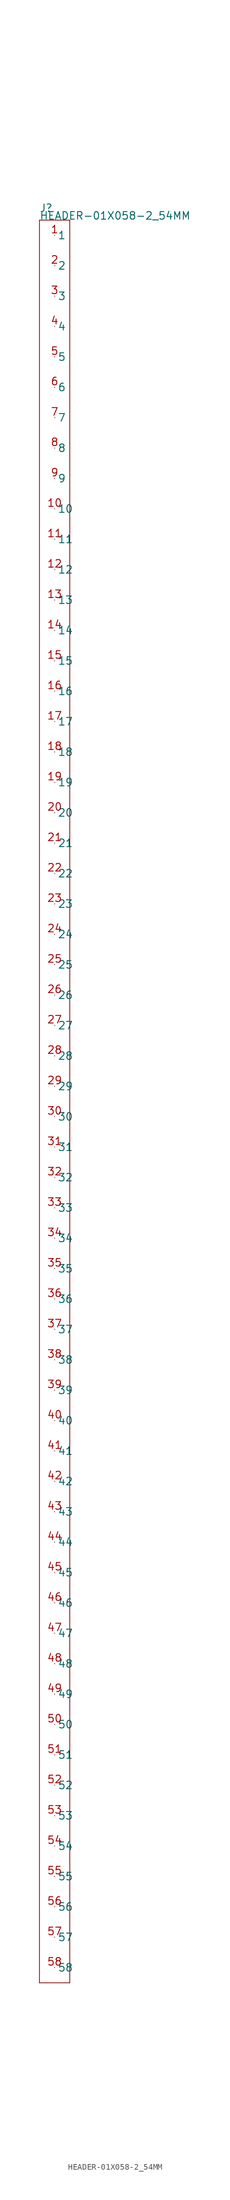
<source format=kicad_sym>
(kicad_symbol_lib
  (version 20211014)
  (generator kicad_symbol_editor)
  (symbol "HEADER-01X058-2_54MM"
    (pin_names)
    (property "Reference" "J"
      (at -2.54 148.59 0)
      (effects (font (size 1.27 1.27)) (justify left bottom)))
    (property "Value" "HEADER-01X058-2_54MM"
      (at -2.54 147.32 0)
      (effects (font (size 1.27 1.27)) (justify left bottom)))
    (property "Datasheet" ""
      (at 0 0 0))
    (property "ki_description" "Header 1x58  - Header Vertical 58POS 2.54MM Technical Specifications: Pitch: 0.1\" (2.54mm) "
      (at 0 0 0))
    (property "ki_fp_filters" "FlashPCB_Connectors:HEADER-THT-01X058-2_54MM FlashPCB_Connectors:HEADER-THT-LONG-01X058-2_54MM FlashPCB_Connectors:HEADER-THT-NOSILK-01X058-2_54MM FlashPCB_Connectors:HEADER-THT-LONG-NOSILK-01X058-2_54MM"
      (at 0 0 0))
    (symbol "HEADER-01X058-2_54MM_1_1"
      (polyline (pts (xy -2.54 147.32) (xy 2.54 147.32)) (stroke (width 0.127)) (fill (type none)))
      (polyline (pts (xy 2.54 147.32) (xy 2.54 -147.32)) (stroke (width 0.127)) (fill (type none)))
      (polyline (pts (xy 2.54 -147.32) (xy -2.54 -147.32)) (stroke (width 0.127)) (fill (type none)))
      (polyline (pts (xy -2.54 -147.32) (xy -2.54 147.32)) (stroke (width 0.127)) (fill (type none)))
      (pin bidirectional line (at 0 144.78 0) (length 0) (name "1" (effects (font (size 1.27 1.27)))) (number "1" (effects (font (size 1.27 1.27)))))
      (pin bidirectional line (at 0 139.7 0) (length 0) (name "2" (effects (font (size 1.27 1.27)))) (number "2" (effects (font (size 1.27 1.27)))))
      (pin bidirectional line (at 0 134.62 0) (length 0) (name "3" (effects (font (size 1.27 1.27)))) (number "3" (effects (font (size 1.27 1.27)))))
      (pin bidirectional line (at 0 129.54 0) (length 0) (name "4" (effects (font (size 1.27 1.27)))) (number "4" (effects (font (size 1.27 1.27)))))
      (pin bidirectional line (at 0 124.46 0) (length 0) (name "5" (effects (font (size 1.27 1.27)))) (number "5" (effects (font (size 1.27 1.27)))))
      (pin bidirectional line (at 0 119.38 0) (length 0) (name "6" (effects (font (size 1.27 1.27)))) (number "6" (effects (font (size 1.27 1.27)))))
      (pin bidirectional line (at 0 114.3 0) (length 0) (name "7" (effects (font (size 1.27 1.27)))) (number "7" (effects (font (size 1.27 1.27)))))
      (pin bidirectional line (at 0 109.22 0) (length 0) (name "8" (effects (font (size 1.27 1.27)))) (number "8" (effects (font (size 1.27 1.27)))))
      (pin bidirectional line (at 0 104.14 0) (length 0) (name "9" (effects (font (size 1.27 1.27)))) (number "9" (effects (font (size 1.27 1.27)))))
      (pin bidirectional line (at 0 99.06 0) (length 0) (name "10" (effects (font (size 1.27 1.27)))) (number "10" (effects (font (size 1.27 1.27)))))
      (pin bidirectional line (at 0 93.98 0) (length 0) (name "11" (effects (font (size 1.27 1.27)))) (number "11" (effects (font (size 1.27 1.27)))))
      (pin bidirectional line (at 0 88.9 0) (length 0) (name "12" (effects (font (size 1.27 1.27)))) (number "12" (effects (font (size 1.27 1.27)))))
      (pin bidirectional line (at 0 83.82 0) (length 0) (name "13" (effects (font (size 1.27 1.27)))) (number "13" (effects (font (size 1.27 1.27)))))
      (pin bidirectional line (at 0 78.74 0) (length 0) (name "14" (effects (font (size 1.27 1.27)))) (number "14" (effects (font (size 1.27 1.27)))))
      (pin bidirectional line (at 0 73.66 0) (length 0) (name "15" (effects (font (size 1.27 1.27)))) (number "15" (effects (font (size 1.27 1.27)))))
      (pin bidirectional line (at 0 68.58 0) (length 0) (name "16" (effects (font (size 1.27 1.27)))) (number "16" (effects (font (size 1.27 1.27)))))
      (pin bidirectional line (at 0 63.5 0) (length 0) (name "17" (effects (font (size 1.27 1.27)))) (number "17" (effects (font (size 1.27 1.27)))))
      (pin bidirectional line (at 0 58.42 0) (length 0) (name "18" (effects (font (size 1.27 1.27)))) (number "18" (effects (font (size 1.27 1.27)))))
      (pin bidirectional line (at 0 53.34 0) (length 0) (name "19" (effects (font (size 1.27 1.27)))) (number "19" (effects (font (size 1.27 1.27)))))
      (pin bidirectional line (at 0 48.26 0) (length 0) (name "20" (effects (font (size 1.27 1.27)))) (number "20" (effects (font (size 1.27 1.27)))))
      (pin bidirectional line (at 0 43.18 0) (length 0) (name "21" (effects (font (size 1.27 1.27)))) (number "21" (effects (font (size 1.27 1.27)))))
      (pin bidirectional line (at 0 38.1 0) (length 0) (name "22" (effects (font (size 1.27 1.27)))) (number "22" (effects (font (size 1.27 1.27)))))
      (pin bidirectional line (at 0 33.02 0) (length 0) (name "23" (effects (font (size 1.27 1.27)))) (number "23" (effects (font (size 1.27 1.27)))))
      (pin bidirectional line (at 0 27.94 0) (length 0) (name "24" (effects (font (size 1.27 1.27)))) (number "24" (effects (font (size 1.27 1.27)))))
      (pin bidirectional line (at 0 22.86 0) (length 0) (name "25" (effects (font (size 1.27 1.27)))) (number "25" (effects (font (size 1.27 1.27)))))
      (pin bidirectional line (at 0 17.78 0) (length 0) (name "26" (effects (font (size 1.27 1.27)))) (number "26" (effects (font (size 1.27 1.27)))))
      (pin bidirectional line (at 0 12.7 0) (length 0) (name "27" (effects (font (size 1.27 1.27)))) (number "27" (effects (font (size 1.27 1.27)))))
      (pin bidirectional line (at 0 7.62 0) (length 0) (name "28" (effects (font (size 1.27 1.27)))) (number "28" (effects (font (size 1.27 1.27)))))
      (pin bidirectional line (at 0 2.54 0) (length 0) (name "29" (effects (font (size 1.27 1.27)))) (number "29" (effects (font (size 1.27 1.27)))))
      (pin bidirectional line (at 0 -2.54 0) (length 0) (name "30" (effects (font (size 1.27 1.27)))) (number "30" (effects (font (size 1.27 1.27)))))
      (pin bidirectional line (at 0 -7.62 0) (length 0) (name "31" (effects (font (size 1.27 1.27)))) (number "31" (effects (font (size 1.27 1.27)))))
      (pin bidirectional line (at 0 -12.7 0) (length 0) (name "32" (effects (font (size 1.27 1.27)))) (number "32" (effects (font (size 1.27 1.27)))))
      (pin bidirectional line (at 0 -17.78 0) (length 0) (name "33" (effects (font (size 1.27 1.27)))) (number "33" (effects (font (size 1.27 1.27)))))
      (pin bidirectional line (at 0 -22.86 0) (length 0) (name "34" (effects (font (size 1.27 1.27)))) (number "34" (effects (font (size 1.27 1.27)))))
      (pin bidirectional line (at 0 -27.94 0) (length 0) (name "35" (effects (font (size 1.27 1.27)))) (number "35" (effects (font (size 1.27 1.27)))))
      (pin bidirectional line (at 0 -33.02 0) (length 0) (name "36" (effects (font (size 1.27 1.27)))) (number "36" (effects (font (size 1.27 1.27)))))
      (pin bidirectional line (at 0 -38.1 0) (length 0) (name "37" (effects (font (size 1.27 1.27)))) (number "37" (effects (font (size 1.27 1.27)))))
      (pin bidirectional line (at 0 -43.18 0) (length 0) (name "38" (effects (font (size 1.27 1.27)))) (number "38" (effects (font (size 1.27 1.27)))))
      (pin bidirectional line (at 0 -48.26 0) (length 0) (name "39" (effects (font (size 1.27 1.27)))) (number "39" (effects (font (size 1.27 1.27)))))
      (pin bidirectional line (at 0 -53.34 0) (length 0) (name "40" (effects (font (size 1.27 1.27)))) (number "40" (effects (font (size 1.27 1.27)))))
      (pin bidirectional line (at 0 -58.42 0) (length 0) (name "41" (effects (font (size 1.27 1.27)))) (number "41" (effects (font (size 1.27 1.27)))))
      (pin bidirectional line (at 0 -63.5 0) (length 0) (name "42" (effects (font (size 1.27 1.27)))) (number "42" (effects (font (size 1.27 1.27)))))
      (pin bidirectional line (at 0 -68.58 0) (length 0) (name "43" (effects (font (size 1.27 1.27)))) (number "43" (effects (font (size 1.27 1.27)))))
      (pin bidirectional line (at 0 -73.66 0) (length 0) (name "44" (effects (font (size 1.27 1.27)))) (number "44" (effects (font (size 1.27 1.27)))))
      (pin bidirectional line (at 0 -78.74 0) (length 0) (name "45" (effects (font (size 1.27 1.27)))) (number "45" (effects (font (size 1.27 1.27)))))
      (pin bidirectional line (at 0 -83.82 0) (length 0) (name "46" (effects (font (size 1.27 1.27)))) (number "46" (effects (font (size 1.27 1.27)))))
      (pin bidirectional line (at 0 -88.9 0) (length 0) (name "47" (effects (font (size 1.27 1.27)))) (number "47" (effects (font (size 1.27 1.27)))))
      (pin bidirectional line (at 0 -93.98 0) (length 0) (name "48" (effects (font (size 1.27 1.27)))) (number "48" (effects (font (size 1.27 1.27)))))
      (pin bidirectional line (at 0 -99.06 0) (length 0) (name "49" (effects (font (size 1.27 1.27)))) (number "49" (effects (font (size 1.27 1.27)))))
      (pin bidirectional line (at 0 -104.14 0) (length 0) (name "50" (effects (font (size 1.27 1.27)))) (number "50" (effects (font (size 1.27 1.27)))))
      (pin bidirectional line (at 0 -109.22 0) (length 0) (name "51" (effects (font (size 1.27 1.27)))) (number "51" (effects (font (size 1.27 1.27)))))
      (pin bidirectional line (at 0 -114.3 0) (length 0) (name "52" (effects (font (size 1.27 1.27)))) (number "52" (effects (font (size 1.27 1.27)))))
      (pin bidirectional line (at 0 -119.38 0) (length 0) (name "53" (effects (font (size 1.27 1.27)))) (number "53" (effects (font (size 1.27 1.27)))))
      (pin bidirectional line (at 0 -124.46 0) (length 0) (name "54" (effects (font (size 1.27 1.27)))) (number "54" (effects (font (size 1.27 1.27)))))
      (pin bidirectional line (at 0 -129.54 0) (length 0) (name "55" (effects (font (size 1.27 1.27)))) (number "55" (effects (font (size 1.27 1.27)))))
      (pin bidirectional line (at 0 -134.62 0) (length 0) (name "56" (effects (font (size 1.27 1.27)))) (number "56" (effects (font (size 1.27 1.27)))))
      (pin bidirectional line (at 0 -139.7 0) (length 0) (name "57" (effects (font (size 1.27 1.27)))) (number "57" (effects (font (size 1.27 1.27)))))
      (pin bidirectional line (at 0 -144.78 0) (length 0) (name "58" (effects (font (size 1.27 1.27)))) (number "58" (effects (font (size 1.27 1.27))))))))
</source>
